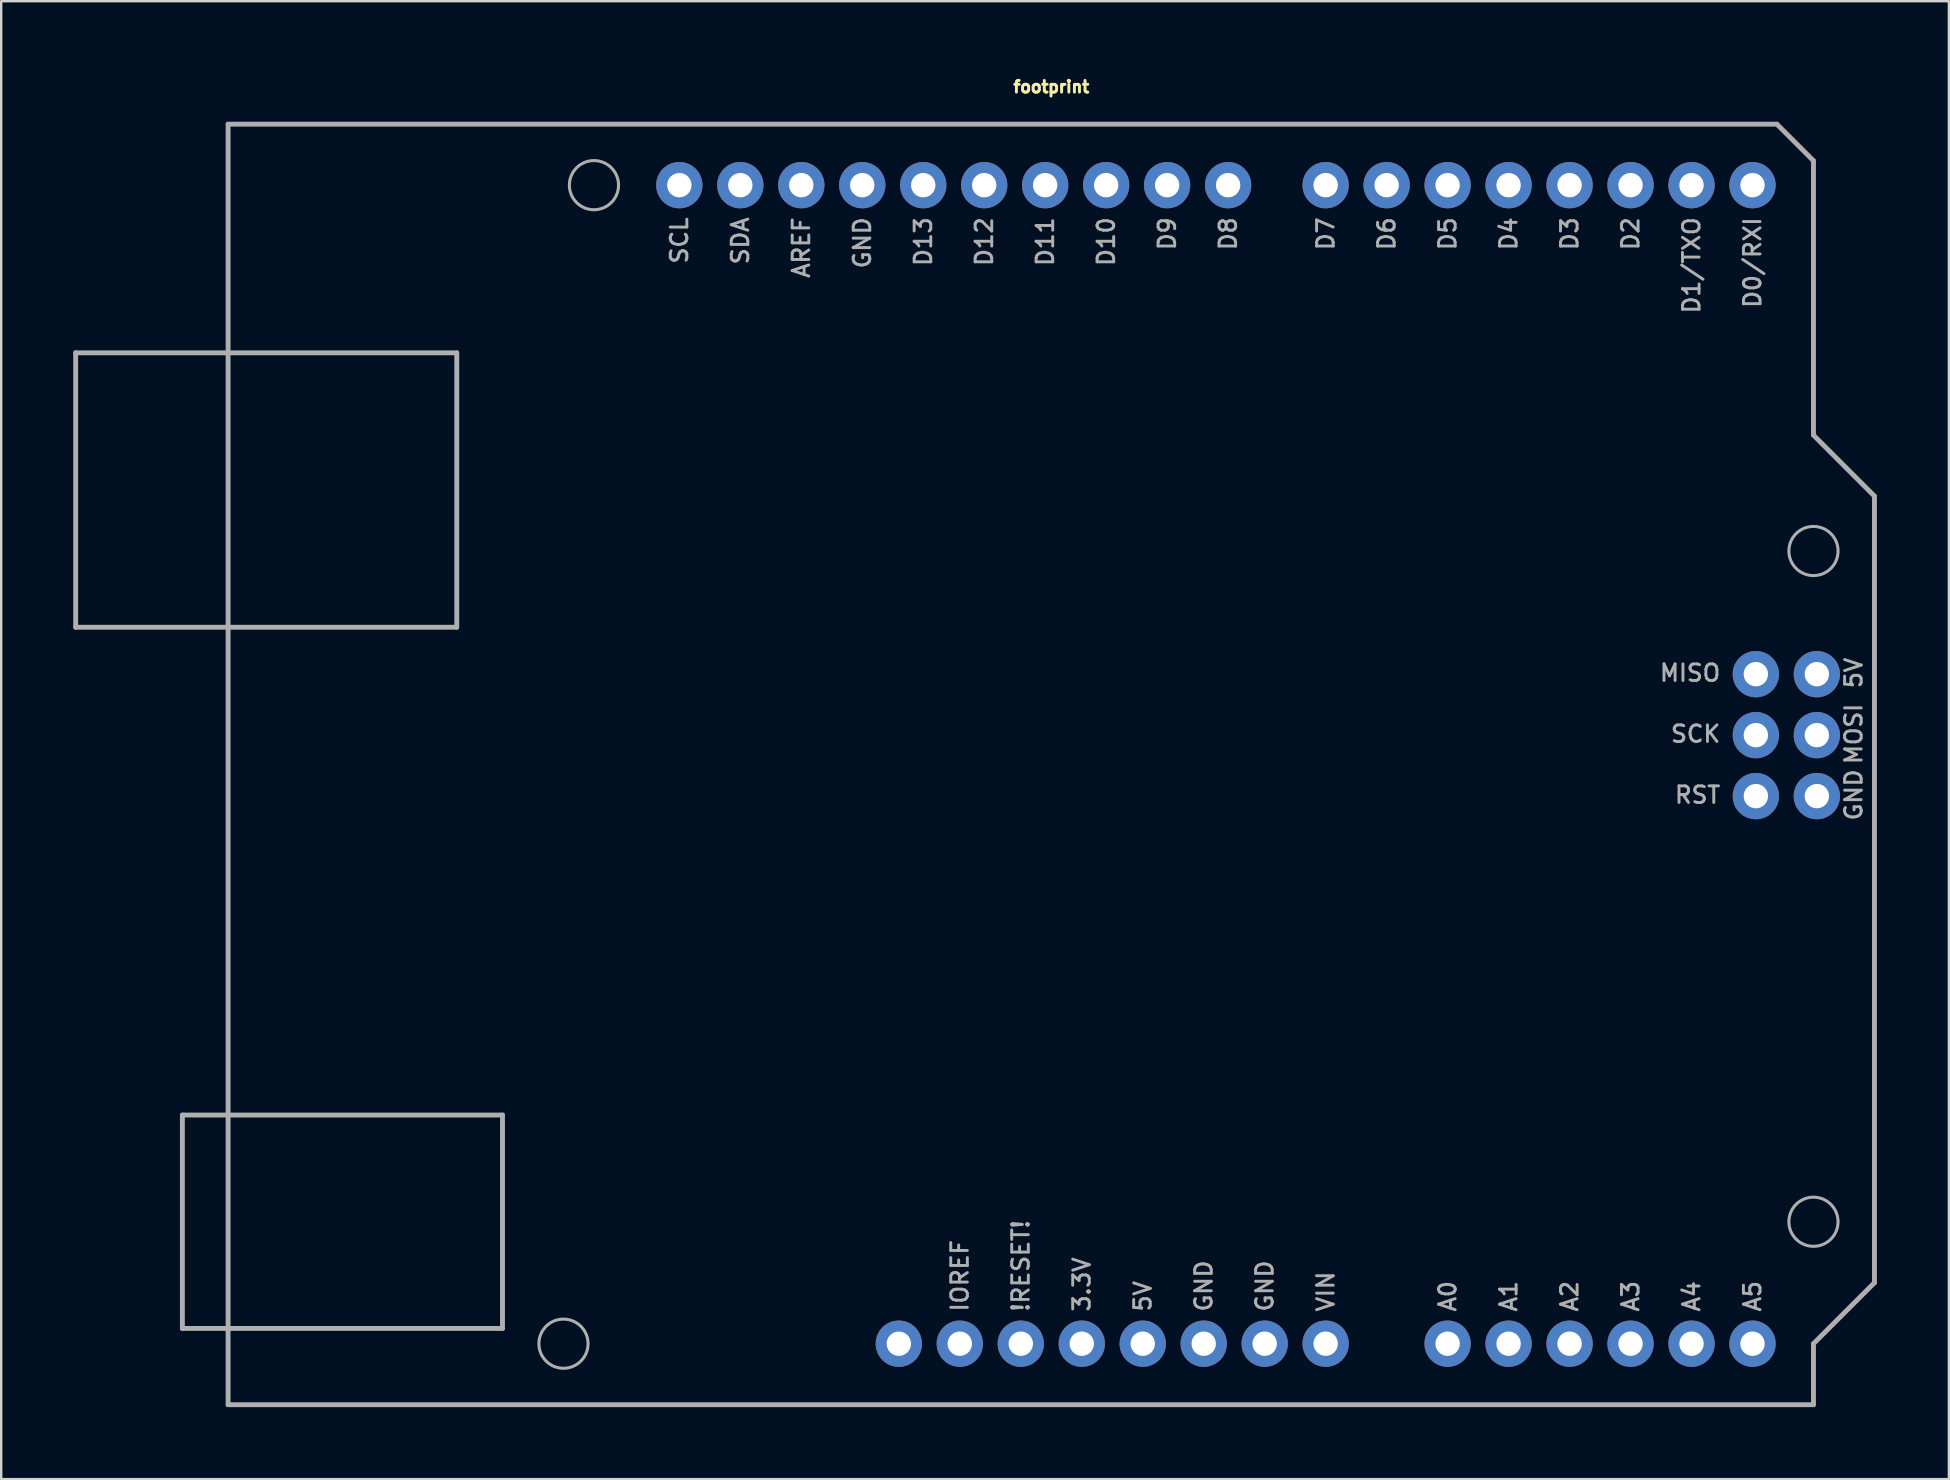
<source format=kicad_pcb>
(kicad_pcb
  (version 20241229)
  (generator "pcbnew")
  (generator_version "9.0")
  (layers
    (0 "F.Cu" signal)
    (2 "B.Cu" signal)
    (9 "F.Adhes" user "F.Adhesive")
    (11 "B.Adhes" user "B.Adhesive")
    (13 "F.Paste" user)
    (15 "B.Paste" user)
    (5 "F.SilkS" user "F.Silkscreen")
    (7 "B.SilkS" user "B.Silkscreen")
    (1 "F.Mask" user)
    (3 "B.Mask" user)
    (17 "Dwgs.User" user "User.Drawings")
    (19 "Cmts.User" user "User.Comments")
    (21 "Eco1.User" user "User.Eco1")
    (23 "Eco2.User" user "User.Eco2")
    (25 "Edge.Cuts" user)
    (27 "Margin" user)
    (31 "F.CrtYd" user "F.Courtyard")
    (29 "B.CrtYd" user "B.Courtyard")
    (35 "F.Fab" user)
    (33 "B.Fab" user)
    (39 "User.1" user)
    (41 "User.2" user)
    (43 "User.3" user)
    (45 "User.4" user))
  (footprint "footprint"
    (layer "F.Cu")
    (at 40.742 28.793)
    (property "Reference" "footprint" (at 0 -27.94 0) (layer "F.SilkS") (effects (font (size 0.488 0.488) (thickness 0.122)) (justify bottom)))
    (fp_line (start -40.64 -17.145) (end -24.765 -17.145) (stroke (width 0.203) (type solid)) (layer "F.Fab"))
    (fp_line (start -40.64 -5.715) (end -40.64 -17.145) (stroke (width 0.203) (type solid)) (layer "F.Fab"))
    (fp_line (start -36.195 14.605) (end -22.86 14.605) (stroke (width 0.203) (type solid)) (layer "F.Fab"))
    (fp_line (start -36.195 23.495) (end -36.195 14.605) (stroke (width 0.203) (type solid)) (layer "F.Fab"))
    (fp_line (start -34.29 -26.67) (end 30.226 -26.67) (stroke (width 0.203) (type solid)) (layer "F.Fab"))
    (fp_line (start -34.29 26.67) (end -34.29 -26.67) (stroke (width 0.203) (type solid)) (layer "F.Fab"))
    (fp_line (start -24.765 -17.145) (end -24.765 -5.715) (stroke (width 0.203) (type solid)) (layer "F.Fab"))
    (fp_line (start -24.765 -5.715) (end -40.64 -5.715) (stroke (width 0.203) (type solid)) (layer "F.Fab"))
    (fp_line (start -22.86 14.605) (end -22.86 23.495) (stroke (width 0.203) (type solid)) (layer "F.Fab"))
    (fp_line (start -22.86 23.495) (end -36.195 23.495) (stroke (width 0.203) (type solid)) (layer "F.Fab"))
    (fp_line (start 30.226 -26.67) (end 31.75 -25.146) (stroke (width 0.203) (type solid)) (layer "F.Fab"))
    (fp_line (start 31.75 -25.146) (end 31.75 -13.716) (stroke (width 0.203) (type solid)) (layer "F.Fab"))
    (fp_line (start 31.75 -13.716) (end 34.29 -11.176) (stroke (width 0.203) (type solid)) (layer "F.Fab"))
    (fp_line (start 31.75 24.13) (end 31.75 26.67) (stroke (width 0.203) (type solid)) (layer "F.Fab"))
    (fp_line (start 31.75 26.67) (end -34.29 26.67) (stroke (width 0.203) (type solid)) (layer "F.Fab"))
    (fp_line (start 34.29 -11.176) (end 34.29 21.59) (stroke (width 0.203) (type solid)) (layer "F.Fab"))
    (fp_line (start 34.29 21.59) (end 31.75 24.13) (stroke (width 0.203) (type solid)) (layer "F.Fab"))
    (fp_circle (center -20.32 24.13) (end -19.296 24.13) (stroke (width 0.127) (type solid)) (fill no) (layer "F.Fab"))
    (fp_circle (center -19.05 -24.13) (end -18.026 -24.13) (stroke (width 0.127) (type solid)) (fill no) (layer "F.Fab"))
    (fp_circle (center 31.75 -8.89) (end 32.774 -8.89) (stroke (width 0.127) (type solid)) (fill no) (layer "F.Fab"))
    (fp_circle (center 31.75 19.05) (end 32.774 19.05) (stroke (width 0.127) (type solid)) (fill no) (layer "F.Fab"))
    (fp_text user "GND" (at 8.89 22.86 90) (layer "F.Fab") (effects (font (size 0.691 0.691) (thickness 0.122)) (justify left)))
    (fp_text user "SCK" (at 27.94 -1.27 0) (layer "F.Fab") (effects (font (size 0.691 0.691) (thickness 0.122)) (justify right)))
    (fp_text user "5V" (at 3.81 22.86 90) (layer "F.Fab") (effects (font (size 0.691 0.691) (thickness 0.122)) (justify left)))
    (fp_text user "D9" (at 4.826 -22.86 90) (layer "F.Fab") (effects (font (size 0.691 0.691) (thickness 0.122)) (justify right)))
    (fp_text user "VIN" (at 11.43 22.86 90) (layer "F.Fab") (effects (font (size 0.691 0.691) (thickness 0.122)) (justify left)))
    (fp_text user "SCL" (at -15.494 -22.86 90) (layer "F.Fab") (effects (font (size 0.691 0.691) (thickness 0.122)) (justify right)))
    (fp_text user "SDA" (at -12.954 -22.86 90) (layer "F.Fab") (effects (font (size 0.691 0.691) (thickness 0.122)) (justify right)))
    (fp_text user "D6" (at 13.97 -22.86 90) (layer "F.Fab") (effects (font (size 0.691 0.691) (thickness 0.122)) (justify right)))
    (fp_text user "D13" (at -5.334 -22.86 90) (layer "F.Fab") (effects (font (size 0.691 0.691) (thickness 0.122)) (justify right)))
    (fp_text user "GND" (at 6.35 22.86 90) (layer "F.Fab") (effects (font (size 0.691 0.691) (thickness 0.122)) (justify left)))
    (fp_text user "A5" (at 29.21 22.86 90) (layer "F.Fab") (effects (font (size 0.691 0.691) (thickness 0.122)) (justify left)))
    (fp_text user "A2" (at 21.59 22.86 90) (layer "F.Fab") (effects (font (size 0.691 0.691) (thickness 0.122)) (justify left)))
    (fp_text user "D2" (at 24.13 -22.86 90) (layer "F.Fab") (effects (font (size 0.691 0.691) (thickness 0.122)) (justify right)))
    (fp_text user "RST" (at 27.94 1.27 0) (layer "F.Fab") (effects (font (size 0.691 0.691) (thickness 0.122)) (justify right)))
    (fp_text user "D12" (at -2.794 -22.86 90) (layer "F.Fab") (effects (font (size 0.691 0.691) (thickness 0.122)) (justify right)))
    (fp_text user "MOSI" (at 33.02 -1.27 90) (layer "F.Fab") (effects (font (size 0.691 0.691) (thickness 0.122)) (justify top)))
    (fp_text user "D7" (at 11.43 -22.86 90) (layer "F.Fab") (effects (font (size 0.691 0.691) (thickness 0.122)) (justify right)))
    (fp_text user "5V" (at 33.02 -3.81 90) (layer "F.Fab") (effects (font (size 0.691 0.691) (thickness 0.122)) (justify top)))
    (fp_text user "A3" (at 24.13 22.86 90) (layer "F.Fab") (effects (font (size 0.691 0.691) (thickness 0.122)) (justify left)))
    (fp_text user "D8" (at 7.366 -22.86 90) (layer "F.Fab") (effects (font (size 0.691 0.691) (thickness 0.122)) (justify right)))
    (fp_text user "A1" (at 19.05 22.86 90) (layer "F.Fab") (effects (font (size 0.691 0.691) (thickness 0.122)) (justify left)))
    (fp_text user "A4" (at 26.67 22.86 90) (layer "F.Fab") (effects (font (size 0.691 0.691) (thickness 0.122)) (justify left)))
    (fp_text user "D3" (at 21.59 -22.86 90) (layer "F.Fab") (effects (font (size 0.691 0.691) (thickness 0.122)) (justify right)))
    (fp_text user "MISO" (at 27.94 -3.81 0) (layer "F.Fab") (effects (font (size 0.691 0.691) (thickness 0.122)) (justify right)))
    (fp_text user "D10" (at 2.286 -22.86 90) (layer "F.Fab") (effects (font (size 0.691 0.691) (thickness 0.122)) (justify right)))
    (fp_text user "GND" (at 33.02 1.27 90) (layer "F.Fab") (effects (font (size 0.691 0.691) (thickness 0.122)) (justify top)))
    (fp_text user "3.3V" (at 1.27 22.86 90) (layer "F.Fab") (effects (font (size 0.691 0.691) (thickness 0.122)) (justify left)))
    (fp_text user "D4" (at 19.05 -22.86 90) (layer "F.Fab") (effects (font (size 0.691 0.691) (thickness 0.122)) (justify right)))
    (fp_text user "AREF" (at -10.414 -22.86 90) (layer "F.Fab") (effects (font (size 0.691 0.691) (thickness 0.122)) (justify right)))
    (fp_text user "D11" (at -0.254 -22.86 90) (layer "F.Fab") (effects (font (size 0.691 0.691) (thickness 0.122)) (justify right)))
    (fp_text user "A0" (at 16.51 22.86 90) (layer "F.Fab") (effects (font (size 0.691 0.691) (thickness 0.122)) (justify left)))
    (fp_text user "GND" (at -7.874 -22.86 90) (layer "F.Fab") (effects (font (size 0.691 0.691) (thickness 0.122)) (justify right)))
    (fp_text user "D0/RXI" (at 29.21 -22.86 90) (layer "F.Fab") (effects (font (size 0.691 0.691) (thickness 0.122)) (justify right)))
    (fp_text user "IOREF" (at -3.81 22.86 90) (layer "F.Fab") (effects (font (size 0.691 0.691) (thickness 0.122)) (justify left)))
    (fp_text user "D5" (at 16.51 -22.86 90) (layer "F.Fab") (effects (font (size 0.691 0.691) (thickness 0.122)) (justify right)))
    (fp_text user "!RESET!" (at -1.27 22.86 90) (layer "F.Fab") (effects (font (size 0.691 0.691) (thickness 0.122)) (justify left)))
    (fp_text user "D1/TXO" (at 26.67 -22.86 90) (layer "F.Fab") (effects (font (size 0.691 0.691) (thickness 0.122)) (justify right)))
    (pad "3.3V" thru_hole circle (at 1.27 24.13) (size 1.93 1.93) (drill 1.016) (layers "*.Cu" "*.Mask"))
    (pad "5V" thru_hole circle (at 3.81 24.13) (size 1.93 1.93) (drill 1.016) (layers "*.Cu" "*.Mask"))
    (pad "A0" thru_hole circle (at 16.51 24.13) (size 1.93 1.93) (drill 1.016) (layers "*.Cu" "*.Mask"))
    (pad "A1" thru_hole circle (at 19.05 24.13) (size 1.93 1.93) (drill 1.016) (layers "*.Cu" "*.Mask"))
    (pad "A2" thru_hole circle (at 21.59 24.13) (size 1.93 1.93) (drill 1.016) (layers "*.Cu" "*.Mask"))
    (pad "A3" thru_hole circle (at 24.13 24.13) (size 1.93 1.93) (drill 1.016) (layers "*.Cu" "*.Mask"))
    (pad "A4" thru_hole circle (at 26.67 24.13) (size 1.93 1.93) (drill 1.016) (layers "*.Cu" "*.Mask"))
    (pad "A5" thru_hole circle (at 29.21 24.13) (size 1.93 1.93) (drill 1.016) (layers "*.Cu" "*.Mask"))
    (pad "AREF" thru_hole circle (at -10.414 -24.13) (size 1.93 1.93) (drill 1.016) (layers "*.Cu" "*.Mask"))
    (pad "D0" thru_hole circle (at 29.21 -24.13) (size 1.93 1.93) (drill 1.016) (layers "*.Cu" "*.Mask"))
    (pad "D1" thru_hole circle (at 26.67 -24.13) (size 1.93 1.93) (drill 1.016) (layers "*.Cu" "*.Mask"))
    (pad "D2" thru_hole circle (at 24.13 -24.13) (size 1.93 1.93) (drill 1.016) (layers "*.Cu" "*.Mask"))
    (pad "D3" thru_hole circle (at 21.59 -24.13) (size 1.93 1.93) (drill 1.016) (layers "*.Cu" "*.Mask"))
    (pad "D4" thru_hole circle (at 19.05 -24.13) (size 1.93 1.93) (drill 1.016) (layers "*.Cu" "*.Mask"))
    (pad "D5" thru_hole circle (at 16.51 -24.13) (size 1.93 1.93) (drill 1.016) (layers "*.Cu" "*.Mask"))
    (pad "D6" thru_hole circle (at 13.97 -24.13) (size 1.93 1.93) (drill 1.016) (layers "*.Cu" "*.Mask"))
    (pad "D7" thru_hole circle (at 11.43 -24.13) (size 1.93 1.93) (drill 1.016) (layers "*.Cu" "*.Mask"))
    (pad "D8" thru_hole circle (at 7.366 -24.13) (size 1.93 1.93) (drill 1.016) (layers "*.Cu" "*.Mask"))
    (pad "D9" thru_hole circle (at 4.826 -24.13) (size 1.93 1.93) (drill 1.016) (layers "*.Cu" "*.Mask"))
    (pad "D10" thru_hole circle (at 2.286 -24.13) (size 1.93 1.93) (drill 1.016) (layers "*.Cu" "*.Mask"))
    (pad "D11" thru_hole circle (at -0.254 -24.13) (size 1.93 1.93) (drill 1.016) (layers "*.Cu" "*.Mask"))
    (pad "D12" thru_hole circle (at -2.794 -24.13) (size 1.93 1.93) (drill 1.016) (layers "*.Cu" "*.Mask"))
    (pad "D13" thru_hole circle (at -5.334 -24.13) (size 1.93 1.93) (drill 1.016) (layers "*.Cu" "*.Mask"))
    (pad "GND@1" thru_hole circle (at 6.35 24.13) (size 1.93 1.93) (drill 1.016) (layers "*.Cu" "*.Mask"))
    (pad "GND@2" thru_hole circle (at 8.89 24.13) (size 1.93 1.93) (drill 1.016) (layers "*.Cu" "*.Mask"))
    (pad "GND@3" thru_hole circle (at -7.874 -24.13) (size 1.93 1.93) (drill 1.016) (layers "*.Cu" "*.Mask"))
    (pad "GND@4" thru_hole circle (at 31.89 1.32) (size 1.93 1.93) (drill 1.016) (layers "*.Cu" "*.Mask"))
    (pad "IOREF" thru_hole circle (at -3.81 24.13) (size 1.93 1.93) (drill 1.016) (layers "*.Cu" "*.Mask"))
    (pad "MISO" thru_hole circle (at 29.35 -3.76) (size 1.93 1.93) (drill 1.016) (layers "*.Cu" "*.Mask"))
    (pad "MOSI" thru_hole circle (at 31.89 -1.22) (size 1.93 1.93) (drill 1.016) (layers "*.Cu" "*.Mask"))
    (pad "NC" thru_hole circle (at -6.35 24.13) (size 1.93 1.93) (drill 1.016) (layers "*.Cu" "*.Mask"))
    (pad "RESET@1" thru_hole circle (at -1.27 24.13) (size 1.93 1.93) (drill 1.016) (layers "*.Cu" "*.Mask"))
    (pad "RESET@2" thru_hole circle (at 29.35 1.32) (size 1.93 1.93) (drill 1.016) (layers "*.Cu" "*.Mask"))
    (pad "SCK" thru_hole circle (at 29.35 -1.22) (size 1.93 1.93) (drill 1.016) (layers "*.Cu" "*.Mask"))
    (pad "SCL" thru_hole circle (at -15.494 -24.13) (size 1.93 1.93) (drill 1.016) (layers "*.Cu" "*.Mask"))
    (pad "SDA" thru_hole circle (at -12.954 -24.13) (size 1.93 1.93) (drill 1.016) (layers "*.Cu" "*.Mask"))
    (pad "VCC" thru_hole circle (at 31.89 -3.76) (size 1.93 1.93) (drill 1.016) (layers "*.Cu" "*.Mask"))
    (pad "VIN" thru_hole circle (at 11.43 24.13) (size 1.93 1.93) (drill 1.016) (layers "*.Cu" "*.Mask")))
  (gr_rect
    (start -3 -3)
    (end 78.133 58.565)
    (stroke (width 0.1) (type default))
    (fill no)
    (layer "Edge.Cuts")))
</source>
